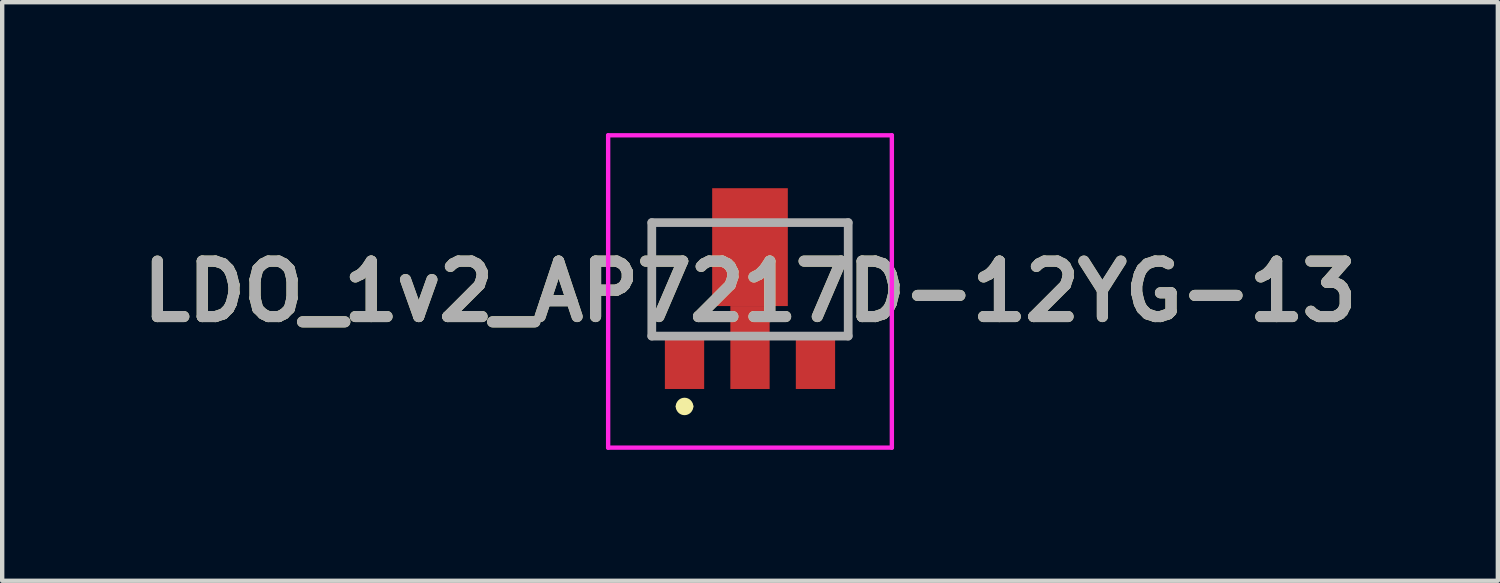
<source format=kicad_pcb>
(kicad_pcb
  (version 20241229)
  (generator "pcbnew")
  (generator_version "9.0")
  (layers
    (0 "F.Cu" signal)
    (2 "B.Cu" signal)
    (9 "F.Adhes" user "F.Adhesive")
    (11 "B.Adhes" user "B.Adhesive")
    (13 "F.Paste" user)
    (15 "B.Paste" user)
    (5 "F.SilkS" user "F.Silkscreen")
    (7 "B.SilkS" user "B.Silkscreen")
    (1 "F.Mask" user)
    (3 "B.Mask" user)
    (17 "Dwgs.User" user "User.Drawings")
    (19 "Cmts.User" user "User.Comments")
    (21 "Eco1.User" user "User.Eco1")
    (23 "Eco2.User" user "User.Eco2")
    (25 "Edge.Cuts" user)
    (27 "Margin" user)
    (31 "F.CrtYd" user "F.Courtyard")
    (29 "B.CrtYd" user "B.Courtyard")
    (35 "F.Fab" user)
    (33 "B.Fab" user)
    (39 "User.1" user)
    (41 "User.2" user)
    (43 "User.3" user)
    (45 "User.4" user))
  (footprint "LDO_1v2_AP7217D-12YG-13"
    (layer "F.Cu")
    (at 14.133 3.962)
    (property "Reference" "LDO_1v2_AP7217D-12YG-13" (at 0 -0.334 0) (layer "F.SilkS") (effects (font (size 1.27 1.27) (thickness 0.254))))
    (attr smd)
    (fp_line (start -2.25 -1.912) (end -1.5 -1.912) (stroke (width 0.1) (type solid)) (layer "F.SilkS"))
    (fp_line (start -2.25 0.688) (end -2.25 -1.912) (stroke (width 0.1) (type solid)) (layer "F.SilkS"))
    (fp_line (start -1.6 2.3) (end -1.6 2.3) (stroke (width 0.2) (type solid)) (layer "F.SilkS"))
    (fp_line (start -1.4 2.3) (end -1.4 2.3) (stroke (width 0.2) (type solid)) (layer "F.SilkS"))
    (fp_line (start 2.25 -1.912) (end 1.5 -1.912) (stroke (width 0.1) (type solid)) (layer "F.SilkS"))
    (fp_line (start 2.25 0.688) (end 2.25 -1.912) (stroke (width 0.1) (type solid)) (layer "F.SilkS"))
    (fp_arc (start -1.6 2.3) (mid -1.5 2.2) (end -1.4 2.3) (stroke (width 0.2) (type solid)) (layer "F.SilkS"))
    (fp_arc (start -1.4 2.3) (mid -1.5 2.4) (end -1.6 2.3) (stroke (width 0.2) (type solid)) (layer "F.SilkS"))
    (fp_line (start -3.25 -3.912) (end 3.25 -3.912) (stroke (width 0.1) (type solid)) (layer "F.CrtYd"))
    (fp_line (start -3.25 3.244) (end -3.25 -3.912) (stroke (width 0.1) (type solid)) (layer "F.CrtYd"))
    (fp_line (start 3.25 -3.912) (end 3.25 3.244) (stroke (width 0.1) (type solid)) (layer "F.CrtYd"))
    (fp_line (start 3.25 3.244) (end -3.25 3.244) (stroke (width 0.1) (type solid)) (layer "F.CrtYd"))
    (fp_line (start -2.25 -1.912) (end 2.25 -1.912) (stroke (width 0.2) (type solid)) (layer "F.Fab"))
    (fp_line (start -2.25 0.688) (end -2.25 -1.912) (stroke (width 0.2) (type solid)) (layer "F.Fab"))
    (fp_line (start 2.25 -1.912) (end 2.25 0.688) (stroke (width 0.2) (type solid)) (layer "F.Fab"))
    (fp_line (start 2.25 0.688) (end -2.25 0.688) (stroke (width 0.2) (type solid)) (layer "F.Fab"))
    (fp_text user "${REFERENCE}" (at 0 -0.334 0) (layer "F.Fab") (effects (font (size 1.27 1.27) (thickness 0.254))))
    (pad "1" smd rect (at -1.5 1.25) (size 0.9 1.3) (layers "F.Cu" "F.Mask" "F.Paste"))
    (pad "2" smd rect (at 0 0.95) (size 0.9 1.9) (layers "F.Cu" "F.Mask" "F.Paste"))
    (pad "3" smd rect (at 1.5 1.25) (size 0.9 1.3) (layers "F.Cu" "F.Mask" "F.Paste"))
    (pad "4" smd rect (at 0 -1.35) (size 1.733 2.7) (layers "F.Cu" "F.Mask" "F.Paste")))
  (gr_rect
    (start -3 -3)
    (end 31.267 10.256)
    (stroke (width 0.1) (type default))
    (fill no)
    (layer "Edge.Cuts")))
</source>
